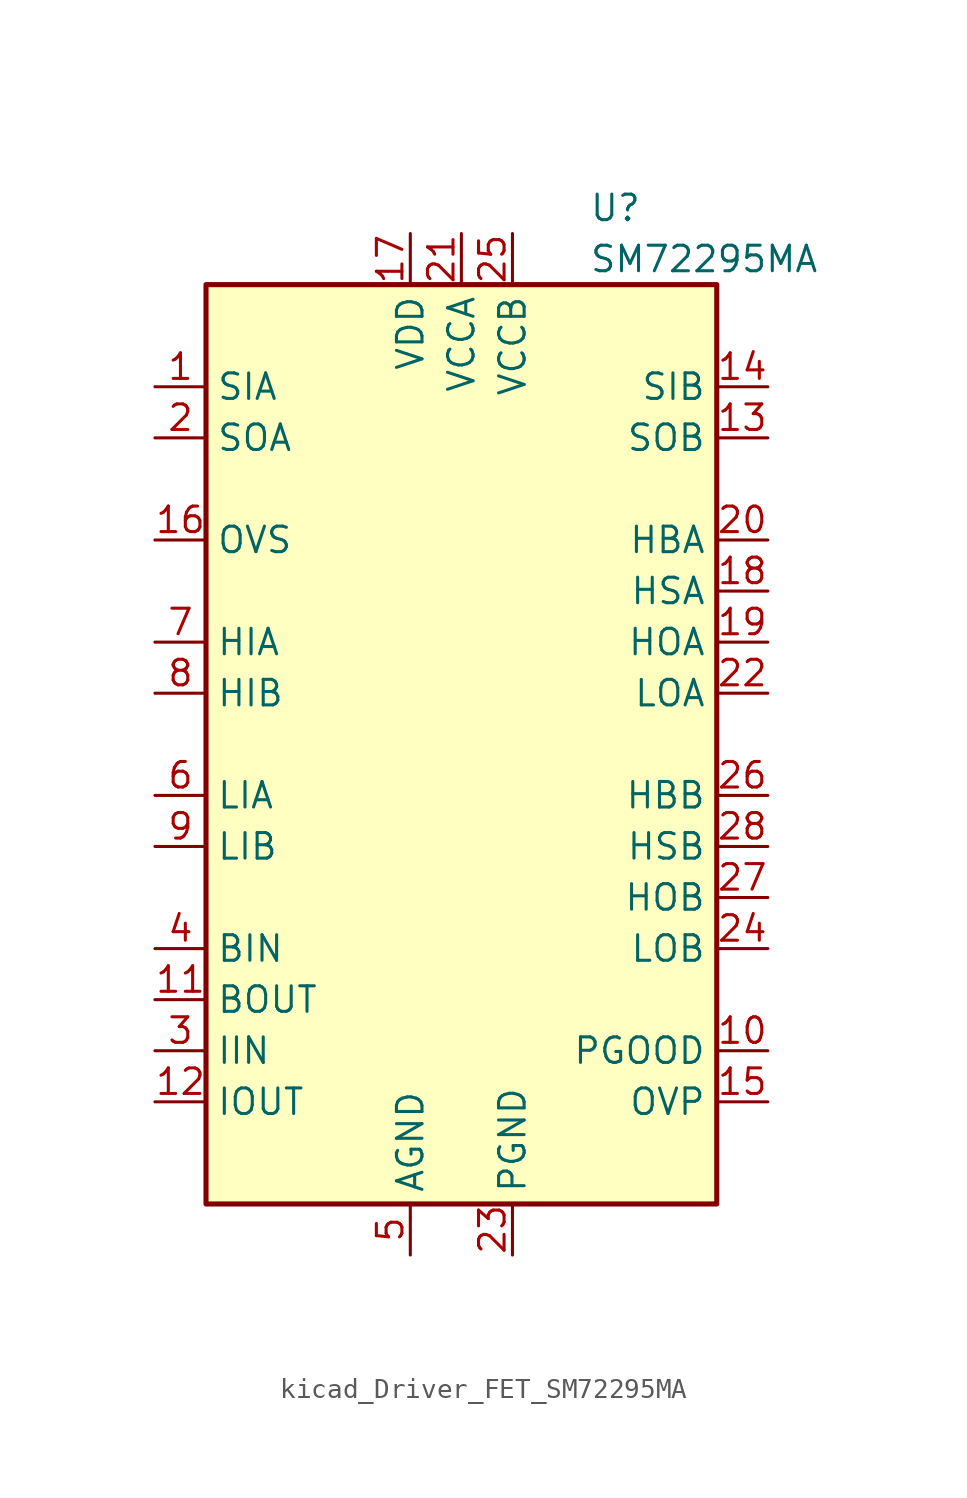
<source format=kicad_sym>
(kicad_symbol_lib
  (version 20220914)
  (generator kicad_symbol_editor)
  (symbol "kicad_Driver_FET_SM72295MA"
    (property "Reference" "U"
      (at 6.35 26.67 0)
      (effects (font (size 1.27 1.27)) (justify left)))
    (property "Value" "SM72295MA"
      (at 6.35 24.13 0)
      (effects (font (size 1.27 1.27)) (justify left)))
    (symbol "kicad_Driver_FET_SM72295MA_0_1"
      (rectangle (start -12.7 -22.86) (end 12.7 22.86) (stroke (width 0.254) (type default)) (fill (type background))))
    (symbol "kicad_Driver_FET_SM72295MA_1_1"
      (pin input line (at -15.24 17.78 0) (length 2.54) (name "SIA" (effects (font (size 1.27 1.27)))) (number "1" (effects (font (size 1.27 1.27)))))
      (pin open_collector line (at 15.24 -15.24 180) (length 2.54) (name "PGOOD" (effects (font (size 1.27 1.27)))) (number "10" (effects (font (size 1.27 1.27)))))
      (pin output line (at -15.24 -12.7 0) (length 2.54) (name "BOUT" (effects (font (size 1.27 1.27)))) (number "11" (effects (font (size 1.27 1.27)))))
      (pin passive line (at -15.24 -17.78 0) (length 2.54) (name "IOUT" (effects (font (size 1.27 1.27)))) (number "12" (effects (font (size 1.27 1.27)))))
      (pin input line (at 15.24 15.24 180) (length 2.54) (name "SOB" (effects (font (size 1.27 1.27)))) (number "13" (effects (font (size 1.27 1.27)))))
      (pin input line (at 15.24 17.78 180) (length 2.54) (name "SIB" (effects (font (size 1.27 1.27)))) (number "14" (effects (font (size 1.27 1.27)))))
      (pin open_collector line (at 15.24 -17.78 180) (length 2.54) (name "OVP" (effects (font (size 1.27 1.27)))) (number "15" (effects (font (size 1.27 1.27)))))
      (pin input line (at -15.24 10.16 0) (length 2.54) (name "OVS" (effects (font (size 1.27 1.27)))) (number "16" (effects (font (size 1.27 1.27)))))
      (pin power_in line (at -2.54 25.4 270) (length 2.54) (name "VDD" (effects (font (size 1.27 1.27)))) (number "17" (effects (font (size 1.27 1.27)))))
      (pin passive line (at 15.24 7.62 180) (length 2.54) (name "HSA" (effects (font (size 1.27 1.27)))) (number "18" (effects (font (size 1.27 1.27)))))
      (pin output line (at 15.24 5.08 180) (length 2.54) (name "HOA" (effects (font (size 1.27 1.27)))) (number "19" (effects (font (size 1.27 1.27)))))
      (pin input line (at -15.24 15.24 0) (length 2.54) (name "SOA" (effects (font (size 1.27 1.27)))) (number "2" (effects (font (size 1.27 1.27)))))
      (pin passive line (at 15.24 10.16 180) (length 2.54) (name "HBA" (effects (font (size 1.27 1.27)))) (number "20" (effects (font (size 1.27 1.27)))))
      (pin power_in line (at 0 25.4 270) (length 2.54) (name "VCCA" (effects (font (size 1.27 1.27)))) (number "21" (effects (font (size 1.27 1.27)))))
      (pin output line (at 15.24 2.54 180) (length 2.54) (name "LOA" (effects (font (size 1.27 1.27)))) (number "22" (effects (font (size 1.27 1.27)))))
      (pin power_in line (at 2.54 -25.4 90) (length 2.54) (name "PGND" (effects (font (size 1.27 1.27)))) (number "23" (effects (font (size 1.27 1.27)))))
      (pin output line (at 15.24 -10.16 180) (length 2.54) (name "LOB" (effects (font (size 1.27 1.27)))) (number "24" (effects (font (size 1.27 1.27)))))
      (pin power_in line (at 2.54 25.4 270) (length 2.54) (name "VCCB" (effects (font (size 1.27 1.27)))) (number "25" (effects (font (size 1.27 1.27)))))
      (pin passive line (at 15.24 -2.54 180) (length 2.54) (name "HBB" (effects (font (size 1.27 1.27)))) (number "26" (effects (font (size 1.27 1.27)))))
      (pin output line (at 15.24 -7.62 180) (length 2.54) (name "HOB" (effects (font (size 1.27 1.27)))) (number "27" (effects (font (size 1.27 1.27)))))
      (pin passive line (at 15.24 -5.08 180) (length 2.54) (name "HSB" (effects (font (size 1.27 1.27)))) (number "28" (effects (font (size 1.27 1.27)))))
      (pin passive line (at -15.24 -15.24 0) (length 2.54) (name "IIN" (effects (font (size 1.27 1.27)))) (number "3" (effects (font (size 1.27 1.27)))))
      (pin output line (at -15.24 -10.16 0) (length 2.54) (name "BIN" (effects (font (size 1.27 1.27)))) (number "4" (effects (font (size 1.27 1.27)))))
      (pin power_in line (at -2.54 -25.4 90) (length 2.54) (name "AGND" (effects (font (size 1.27 1.27)))) (number "5" (effects (font (size 1.27 1.27)))))
      (pin input line (at -15.24 -2.54 0) (length 2.54) (name "LIA" (effects (font (size 1.27 1.27)))) (number "6" (effects (font (size 1.27 1.27)))))
      (pin input line (at -15.24 5.08 0) (length 2.54) (name "HIA" (effects (font (size 1.27 1.27)))) (number "7" (effects (font (size 1.27 1.27)))))
      (pin input line (at -15.24 2.54 0) (length 2.54) (name "HIB" (effects (font (size 1.27 1.27)))) (number "8" (effects (font (size 1.27 1.27)))))
      (pin input line (at -15.24 -5.08 0) (length 2.54) (name "LIB" (effects (font (size 1.27 1.27)))) (number "9" (effects (font (size 1.27 1.27))))))))
</source>
